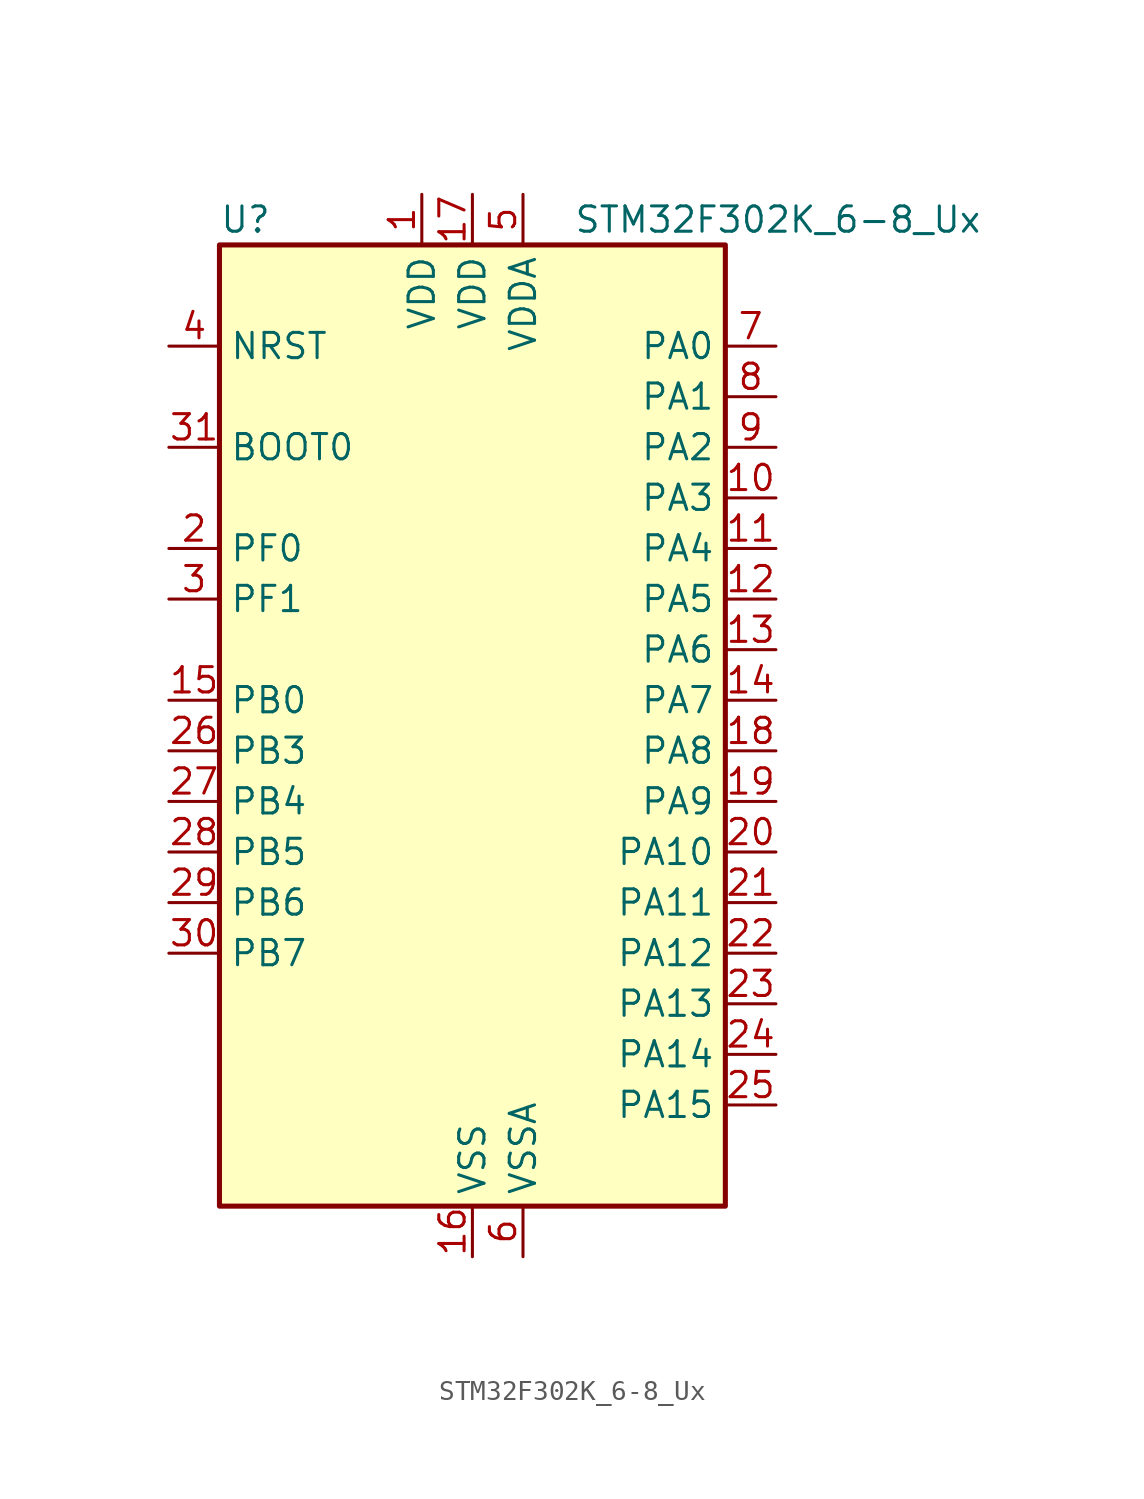
<source format=kicad_sym>
(kicad_symbol_lib
  (version 20241209)
  (generator "kicad_symbol_editor")
  (generator_version "9.0")
  (symbol "STM32F302K_6-8_Ux"
    (property "Reference" "U"
      (at -12.7 26.67 0)
      (effects (font (size 1.27 1.27)) (justify left)))
    (property "Value" "STM32F302K_6-8_Ux"
      (at 5.08 26.67 0)
      (effects (font (size 1.27 1.27)) (justify left)))
    (symbol "STM32F302K_6-8_Ux_0_1"
      (rectangle (start -12.7 -22.86) (end 12.7 25.4) (stroke (width 0.254) (type default)) (fill (type background))))
    (symbol "STM32F302K_6-8_Ux_1_1"
      (pin input line (at -15.24 20.32 0) (length 2.54) (name "NRST" (effects (font (size 1.27 1.27)))) (number "4" (effects (font (size 1.27 1.27)))))
      (pin input line (at -15.24 15.24 0) (length 2.54) (name "BOOT0" (effects (font (size 1.27 1.27)))) (number "31" (effects (font (size 1.27 1.27)))))
      (pin bidirectional line (at -15.24 10.16 0) (length 2.54) (name "PF0" (effects (font (size 1.27 1.27)))) (number "2" (effects (font (size 1.27 1.27)))) (alternate "I2C2_SDA" bidirectional line) (alternate "I2S2_WS" bidirectional line) (alternate "RCC_OSC_IN" bidirectional line) (alternate "SPI2_NSS" bidirectional line) (alternate "TIM1_CH3N" bidirectional line))
      (pin bidirectional line (at -15.24 7.62 0) (length 2.54) (name "PF1" (effects (font (size 1.27 1.27)))) (number "3" (effects (font (size 1.27 1.27)))) (alternate "I2C2_SCL" bidirectional line) (alternate "I2S2_CK" bidirectional line) (alternate "RCC_OSC_OUT" bidirectional line) (alternate "SPI2_SCK" bidirectional line))
      (pin bidirectional line (at -15.24 2.54 0) (length 2.54) (name "PB0" (effects (font (size 1.27 1.27)))) (number "15" (effects (font (size 1.27 1.27)))) (alternate "ADC1_IN11" bidirectional line) (alternate "COMP4_INP" bidirectional line) (alternate "OPAMP2_VINP" bidirectional line) (alternate "OPAMP2_VINP_SEC" bidirectional line) (alternate "TIM1_CH2N" bidirectional line) (alternate "TSC_G3_IO2" bidirectional line))
      (pin bidirectional line (at -15.24 0 0) (length 2.54) (name "PB3" (effects (font (size 1.27 1.27)))) (number "26" (effects (font (size 1.27 1.27)))) (alternate "I2S3_CK" bidirectional line) (alternate "SPI3_SCK" bidirectional line) (alternate "SYS_JTDO-TRACESWO" bidirectional line) (alternate "TIM2_CH2" bidirectional line) (alternate "TSC_G5_IO1" bidirectional line) (alternate "USART2_TX" bidirectional line))
      (pin bidirectional line (at -15.24 -2.54 0) (length 2.54) (name "PB4" (effects (font (size 1.27 1.27)))) (number "27" (effects (font (size 1.27 1.27)))) (alternate "I2S3_ext_SD" bidirectional line) (alternate "SPI3_MISO" bidirectional line) (alternate "SYS_NJTRST" bidirectional line) (alternate "TIM16_CH1" bidirectional line) (alternate "TIM17_BKIN" bidirectional line) (alternate "TSC_G5_IO2" bidirectional line) (alternate "USART2_RX" bidirectional line))
      (pin bidirectional line (at -15.24 -5.08 0) (length 2.54) (name "PB5" (effects (font (size 1.27 1.27)))) (number "28" (effects (font (size 1.27 1.27)))) (alternate "I2C1_SMBA" bidirectional line) (alternate "I2C3_SDA" bidirectional line) (alternate "I2S3_SD" bidirectional line) (alternate "SPI3_MOSI" bidirectional line) (alternate "TIM16_BKIN" bidirectional line) (alternate "TIM17_CH1" bidirectional line) (alternate "USART2_CK" bidirectional line))
      (pin bidirectional line (at -15.24 -7.62 0) (length 2.54) (name "PB6" (effects (font (size 1.27 1.27)))) (number "29" (effects (font (size 1.27 1.27)))) (alternate "I2C1_SCL" bidirectional line) (alternate "TIM16_CH1N" bidirectional line) (alternate "TSC_G5_IO3" bidirectional line) (alternate "USART1_TX" bidirectional line))
      (pin bidirectional line (at -15.24 -10.16 0) (length 2.54) (name "PB7" (effects (font (size 1.27 1.27)))) (number "30" (effects (font (size 1.27 1.27)))) (alternate "I2C1_SDA" bidirectional line) (alternate "TIM17_CH1N" bidirectional line) (alternate "TSC_G5_IO4" bidirectional line) (alternate "USART1_RX" bidirectional line))
      (pin power_in line (at -2.54 27.94 270) (length 2.54) (name "VDD" (effects (font (size 1.27 1.27)))) (number "1" (effects (font (size 1.27 1.27)))))
      (pin power_in line (at 0 27.94 270) (length 2.54) (name "VDD" (effects (font (size 1.27 1.27)))) (number "17" (effects (font (size 1.27 1.27)))))
      (pin power_in line (at 0 -25.4 90) (length 2.54) (name "VSS" (effects (font (size 1.27 1.27)))) (number "16" (effects (font (size 1.27 1.27)))))
      (pin passive line (at 0 -25.4 90) (length 2.54) (hide yes) (name "VSS" (effects (font (size 1.27 1.27)))) (number "32" (effects (font (size 1.27 1.27)))))
      (pin passive line (at 0 -25.4 90) (length 2.54) (hide yes) (name "VSS" (effects (font (size 1.27 1.27)))) (number "33" (effects (font (size 1.27 1.27)))))
      (pin power_in line (at 2.54 27.94 270) (length 2.54) (name "VDDA" (effects (font (size 1.27 1.27)))) (number "5" (effects (font (size 1.27 1.27)))))
      (pin power_in line (at 2.54 -25.4 90) (length 2.54) (name "VSSA" (effects (font (size 1.27 1.27)))) (number "6" (effects (font (size 1.27 1.27)))))
      (pin bidirectional line (at 15.24 20.32 180) (length 2.54) (name "PA0" (effects (font (size 1.27 1.27)))) (number "7" (effects (font (size 1.27 1.27)))) (alternate "ADC1_IN1" bidirectional line) (alternate "RTC_TAMP2" bidirectional line) (alternate "SYS_WKUP1" bidirectional line) (alternate "TIM2_CH1" bidirectional line) (alternate "TIM2_ETR" bidirectional line) (alternate "TSC_G1_IO1" bidirectional line) (alternate "USART2_CTS" bidirectional line))
      (pin bidirectional line (at 15.24 17.78 180) (length 2.54) (name "PA1" (effects (font (size 1.27 1.27)))) (number "8" (effects (font (size 1.27 1.27)))) (alternate "ADC1_IN2" bidirectional line) (alternate "RTC_REFIN" bidirectional line) (alternate "TIM15_CH1N" bidirectional line) (alternate "TIM2_CH2" bidirectional line) (alternate "TSC_G1_IO2" bidirectional line) (alternate "USART2_DE" bidirectional line) (alternate "USART2_RTS" bidirectional line))
      (pin bidirectional line (at 15.24 15.24 180) (length 2.54) (name "PA2" (effects (font (size 1.27 1.27)))) (number "9" (effects (font (size 1.27 1.27)))) (alternate "ADC1_IN3" bidirectional line) (alternate "COMP2_INM" bidirectional line) (alternate "COMP2_OUT" bidirectional line) (alternate "TIM15_CH1" bidirectional line) (alternate "TIM2_CH3" bidirectional line) (alternate "TSC_G1_IO3" bidirectional line) (alternate "USART2_TX" bidirectional line))
      (pin bidirectional line (at 15.24 12.7 180) (length 2.54) (name "PA3" (effects (font (size 1.27 1.27)))) (number "10" (effects (font (size 1.27 1.27)))) (alternate "ADC1_IN4" bidirectional line) (alternate "TIM15_CH2" bidirectional line) (alternate "TIM2_CH4" bidirectional line) (alternate "TSC_G1_IO4" bidirectional line) (alternate "USART2_RX" bidirectional line))
      (pin bidirectional line (at 15.24 10.16 180) (length 2.54) (name "PA4" (effects (font (size 1.27 1.27)))) (number "11" (effects (font (size 1.27 1.27)))) (alternate "ADC1_IN5" bidirectional line) (alternate "COMP2_INM" bidirectional line) (alternate "COMP4_INM" bidirectional line) (alternate "DAC_OUT1" bidirectional line) (alternate "I2S3_WS" bidirectional line) (alternate "SPI3_NSS" bidirectional line) (alternate "TSC_G2_IO1" bidirectional line) (alternate "USART2_CK" bidirectional line))
      (pin bidirectional line (at 15.24 7.62 180) (length 2.54) (name "PA5" (effects (font (size 1.27 1.27)))) (number "12" (effects (font (size 1.27 1.27)))) (alternate "OPAMP2_VINM" bidirectional line) (alternate "OPAMP2_VINM_SEC" bidirectional line) (alternate "TIM2_CH1" bidirectional line) (alternate "TIM2_ETR" bidirectional line) (alternate "TSC_G2_IO2" bidirectional line))
      (pin bidirectional line (at 15.24 5.08 180) (length 2.54) (name "PA6" (effects (font (size 1.27 1.27)))) (number "13" (effects (font (size 1.27 1.27)))) (alternate "ADC1_IN10" bidirectional line) (alternate "OPAMP2_VOUT" bidirectional line) (alternate "TIM16_CH1" bidirectional line) (alternate "TIM1_BKIN" bidirectional line) (alternate "TSC_G2_IO3" bidirectional line))
      (pin bidirectional line (at 15.24 2.54 180) (length 2.54) (name "PA7" (effects (font (size 1.27 1.27)))) (number "14" (effects (font (size 1.27 1.27)))) (alternate "ADC1_IN15" bidirectional line) (alternate "COMP2_INP" bidirectional line) (alternate "OPAMP2_VINP" bidirectional line) (alternate "OPAMP2_VINP_SEC" bidirectional line) (alternate "TIM17_CH1" bidirectional line) (alternate "TIM1_CH1N" bidirectional line) (alternate "TSC_G2_IO4" bidirectional line))
      (pin bidirectional line (at 15.24 0 180) (length 2.54) (name "PA8" (effects (font (size 1.27 1.27)))) (number "18" (effects (font (size 1.27 1.27)))) (alternate "I2C2_SMBA" bidirectional line) (alternate "I2C3_SCL" bidirectional line) (alternate "I2S2_MCK" bidirectional line) (alternate "RCC_MCO" bidirectional line) (alternate "TIM1_CH1" bidirectional line) (alternate "USART1_CK" bidirectional line))
      (pin bidirectional line (at 15.24 -2.54 180) (length 2.54) (name "PA9" (effects (font (size 1.27 1.27)))) (number "19" (effects (font (size 1.27 1.27)))) (alternate "DAC_EXTI9" bidirectional line) (alternate "I2C2_SCL" bidirectional line) (alternate "I2C3_SMBA" bidirectional line) (alternate "I2S3_MCK" bidirectional line) (alternate "TIM15_BKIN" bidirectional line) (alternate "TIM1_CH2" bidirectional line) (alternate "TIM2_CH3" bidirectional line) (alternate "TSC_G4_IO1" bidirectional line) (alternate "USART1_TX" bidirectional line))
      (pin bidirectional line (at 15.24 -5.08 180) (length 2.54) (name "PA10" (effects (font (size 1.27 1.27)))) (number "20" (effects (font (size 1.27 1.27)))) (alternate "I2C2_SDA" bidirectional line) (alternate "I2S2_ext_SD" bidirectional line) (alternate "SPI2_MISO" bidirectional line) (alternate "TIM17_BKIN" bidirectional line) (alternate "TIM1_CH3" bidirectional line) (alternate "TIM2_CH4" bidirectional line) (alternate "TSC_G4_IO2" bidirectional line) (alternate "USART1_RX" bidirectional line))
      (pin bidirectional line (at 15.24 -7.62 180) (length 2.54) (name "PA11" (effects (font (size 1.27 1.27)))) (number "21" (effects (font (size 1.27 1.27)))) (alternate "ADC1_EXTI11" bidirectional line) (alternate "CAN_RX" bidirectional line) (alternate "I2S2_SD" bidirectional line) (alternate "SPI2_MOSI" bidirectional line) (alternate "TIM1_BKIN2" bidirectional line) (alternate "TIM1_CH1N" bidirectional line) (alternate "TIM1_CH4" bidirectional line) (alternate "USART1_CTS" bidirectional line) (alternate "USB_DM" bidirectional line))
      (pin bidirectional line (at 15.24 -10.16 180) (length 2.54) (name "PA12" (effects (font (size 1.27 1.27)))) (number "22" (effects (font (size 1.27 1.27)))) (alternate "CAN_TX" bidirectional line) (alternate "COMP2_OUT" bidirectional line) (alternate "I2S_CKIN" bidirectional line) (alternate "TIM16_CH1" bidirectional line) (alternate "TIM1_CH2N" bidirectional line) (alternate "TIM1_ETR" bidirectional line) (alternate "USART1_DE" bidirectional line) (alternate "USART1_RTS" bidirectional line) (alternate "USB_DP" bidirectional line))
      (pin bidirectional line (at 15.24 -12.7 180) (length 2.54) (name "PA13" (effects (font (size 1.27 1.27)))) (number "23" (effects (font (size 1.27 1.27)))) (alternate "IR_OUT" bidirectional line) (alternate "SYS_JTMS-SWDIO" bidirectional line) (alternate "TIM16_CH1N" bidirectional line) (alternate "TSC_G4_IO3" bidirectional line))
      (pin bidirectional line (at 15.24 -15.24 180) (length 2.54) (name "PA14" (effects (font (size 1.27 1.27)))) (number "24" (effects (font (size 1.27 1.27)))) (alternate "I2C1_SDA" bidirectional line) (alternate "SYS_JTCK-SWCLK" bidirectional line) (alternate "TIM1_BKIN" bidirectional line) (alternate "TSC_G4_IO4" bidirectional line) (alternate "USART2_TX" bidirectional line))
      (pin bidirectional line (at 15.24 -17.78 180) (length 2.54) (name "PA15" (effects (font (size 1.27 1.27)))) (number "25" (effects (font (size 1.27 1.27)))) (alternate "ADC1_EXTI15" bidirectional line) (alternate "I2C1_SCL" bidirectional line) (alternate "I2S3_WS" bidirectional line) (alternate "SPI3_NSS" bidirectional line) (alternate "SYS_JTDI" bidirectional line) (alternate "TIM1_BKIN" bidirectional line) (alternate "TIM2_CH1" bidirectional line) (alternate "TIM2_ETR" bidirectional line) (alternate "TSC_SYNC" bidirectional line) (alternate "USART2_RX" bidirectional line)))))
</source>
